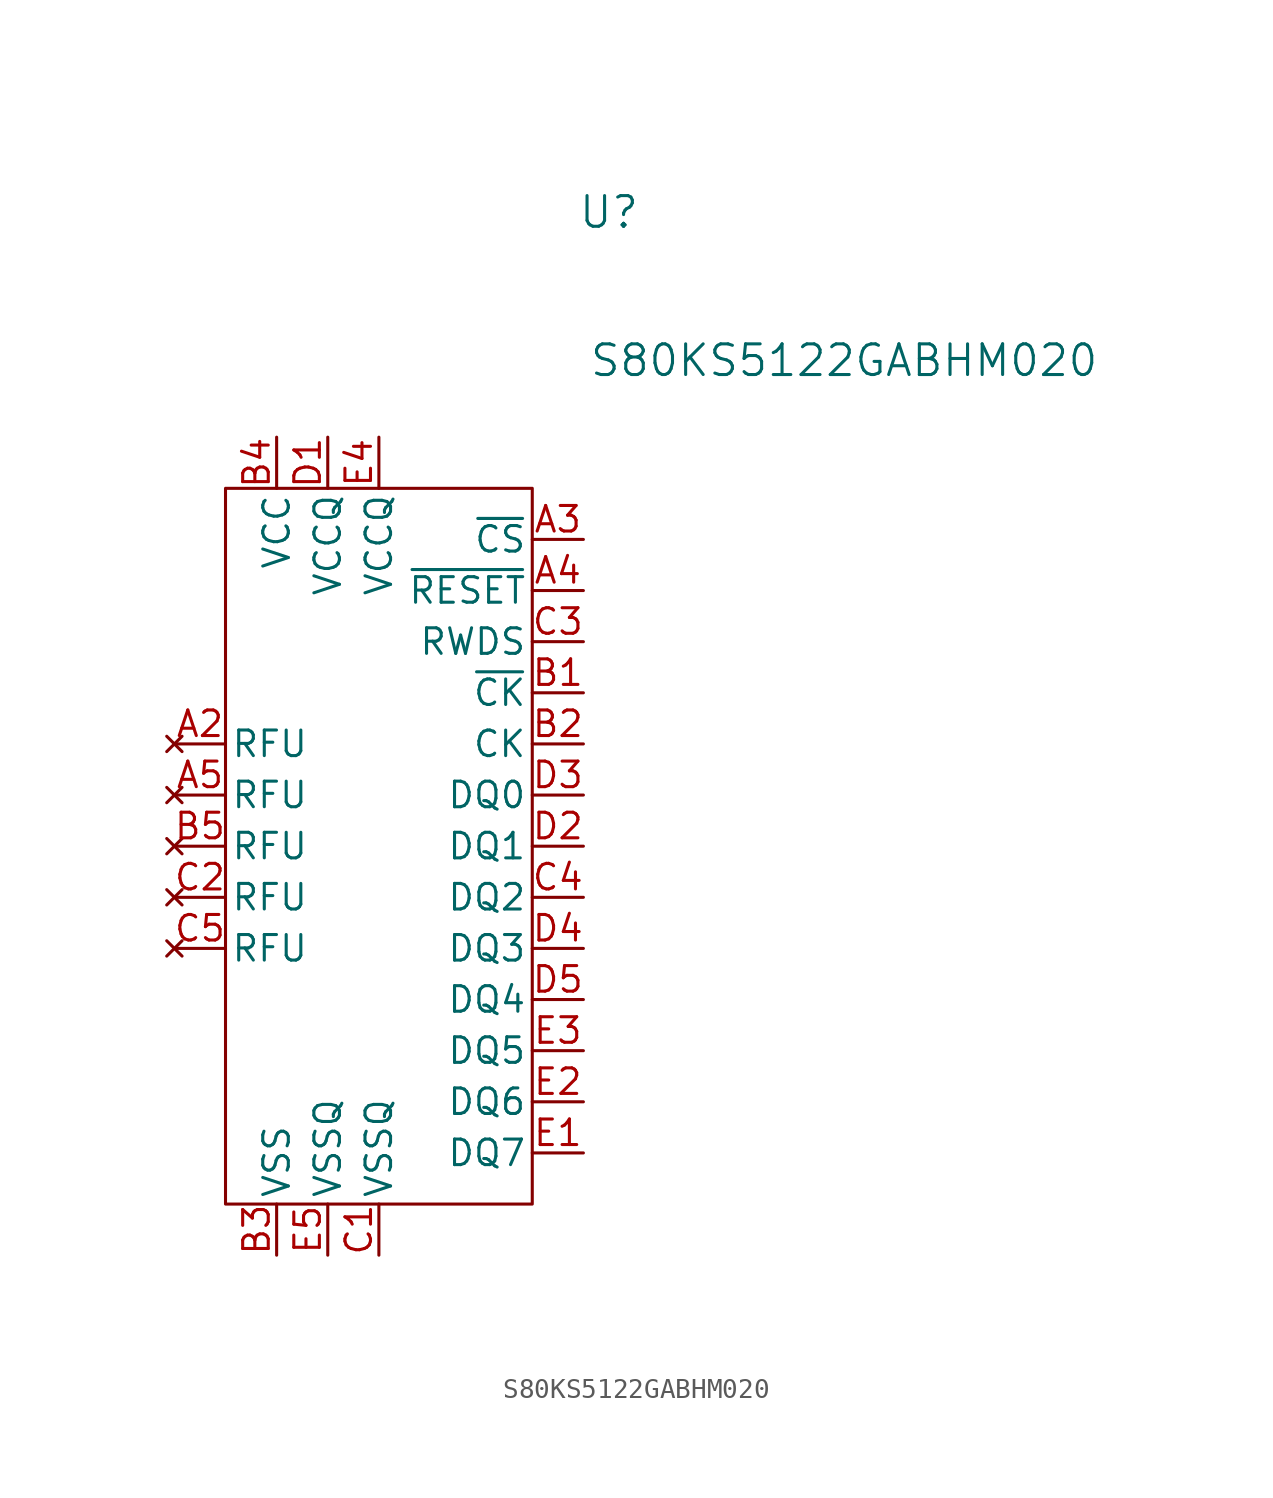
<source format=kicad_sym>
(kicad_symbol_lib
  (version 20231120)
  (generator "kicad_symbol_editor")
  (generator_version "8.0")
  (symbol "S80KS5122GABHM020"
    (pin_names
      (offset 0.254))
    (property "Reference" "U"
      (at 11.43 31.496 0)
      (effects (font (size 1.524 1.524))))
    (property "Value" "S80KS5122GABHM020"
      (at 23.114 24.13 0)
      (effects (font (size 1.524 1.524))))
    (symbol "S80KS5122GABHM020_0_1"
      (pin no_connect line (at -10.16 5.08 0) (length 2.54) (name "RFU" (effects (font (size 1.27 1.27)))) (number "A2" (effects (font (size 1.27 1.27)))))
      (pin no_connect line (at -10.16 2.54 0) (length 2.54) (name "RFU" (effects (font (size 1.27 1.27)))) (number "A5" (effects (font (size 1.27 1.27)))))
      (pin input line (at 10.16 5.08 180) (length 2.54) (name "CK" (effects (font (size 1.27 1.27)))) (number "B2" (effects (font (size 1.27 1.27)))))
      (pin power_out line (at -5.08 -20.32 90) (length 2.54) (name "VSS" (effects (font (size 1.27 1.27)))) (number "B3" (effects (font (size 1.27 1.27)))))
      (pin power_in line (at -5.08 20.32 270) (length 2.54) (name "VCC" (effects (font (size 1.27 1.27)))) (number "B4" (effects (font (size 1.27 1.27)))))
      (pin no_connect line (at -10.16 0 0) (length 2.54) (name "RFU" (effects (font (size 1.27 1.27)))) (number "B5" (effects (font (size 1.27 1.27)))))
      (pin power_out line (at 0 -20.32 90) (length 2.54) (name "VSSQ" (effects (font (size 1.27 1.27)))) (number "C1" (effects (font (size 1.27 1.27)))))
      (pin no_connect line (at -10.16 -2.54 0) (length 2.54) (name "RFU" (effects (font (size 1.27 1.27)))) (number "C2" (effects (font (size 1.27 1.27)))))
      (pin bidirectional line (at 10.16 10.16 180) (length 2.54) (name "RWDS" (effects (font (size 1.27 1.27)))) (number "C3" (effects (font (size 1.27 1.27)))))
      (pin bidirectional line (at 10.16 -2.54 180) (length 2.54) (name "DQ2" (effects (font (size 1.27 1.27)))) (number "C4" (effects (font (size 1.27 1.27)))))
      (pin no_connect line (at -10.16 -5.08 0) (length 2.54) (name "RFU" (effects (font (size 1.27 1.27)))) (number "C5" (effects (font (size 1.27 1.27)))))
      (pin power_in line (at -2.54 20.32 270) (length 2.54) (name "VCCQ" (effects (font (size 1.27 1.27)))) (number "D1" (effects (font (size 1.27 1.27)))))
      (pin bidirectional line (at 10.16 0 180) (length 2.54) (name "DQ1" (effects (font (size 1.27 1.27)))) (number "D2" (effects (font (size 1.27 1.27)))))
      (pin bidirectional line (at 10.16 2.54 180) (length 2.54) (name "DQ0" (effects (font (size 1.27 1.27)))) (number "D3" (effects (font (size 1.27 1.27)))))
      (pin bidirectional line (at 10.16 -5.08 180) (length 2.54) (name "DQ3" (effects (font (size 1.27 1.27)))) (number "D4" (effects (font (size 1.27 1.27)))))
      (pin bidirectional line (at 10.16 -7.62 180) (length 2.54) (name "DQ4" (effects (font (size 1.27 1.27)))) (number "D5" (effects (font (size 1.27 1.27)))))
      (pin bidirectional line (at 10.16 -15.24 180) (length 2.54) (name "DQ7" (effects (font (size 1.27 1.27)))) (number "E1" (effects (font (size 1.27 1.27)))))
      (pin bidirectional line (at 10.16 -12.7 180) (length 2.54) (name "DQ6" (effects (font (size 1.27 1.27)))) (number "E2" (effects (font (size 1.27 1.27)))))
      (pin bidirectional line (at 10.16 -10.16 180) (length 2.54) (name "DQ5" (effects (font (size 1.27 1.27)))) (number "E3" (effects (font (size 1.27 1.27)))))
      (pin power_in line (at 0 20.32 270) (length 2.54) (name "VCCQ" (effects (font (size 1.27 1.27)))) (number "E4" (effects (font (size 1.27 1.27)))))
      (pin power_out line (at -2.54 -20.32 90) (length 2.54) (name "VSSQ" (effects (font (size 1.27 1.27)))) (number "E5" (effects (font (size 1.27 1.27))))))
    (symbol "S80KS5122GABHM020_1_1"
      (rectangle (start -7.62 17.78) (end 7.62 -17.78) (stroke (width 0) (type default)) (fill (type none)))
      (pin input line (at 10.16 15.24 180) (length 2.54) (name "~{CS}" (effects (font (size 1.27 1.27)))) (number "A3" (effects (font (size 1.27 1.27)))))
      (pin input line (at 10.16 12.7 180) (length 2.54) (name "~{RESET}" (effects (font (size 1.27 1.27)))) (number "A4" (effects (font (size 1.27 1.27)))))
      (pin input line (at 10.16 7.62 180) (length 2.54) (name "~{CK}" (effects (font (size 1.27 1.27)))) (number "B1" (effects (font (size 1.27 1.27))))))))
</source>
